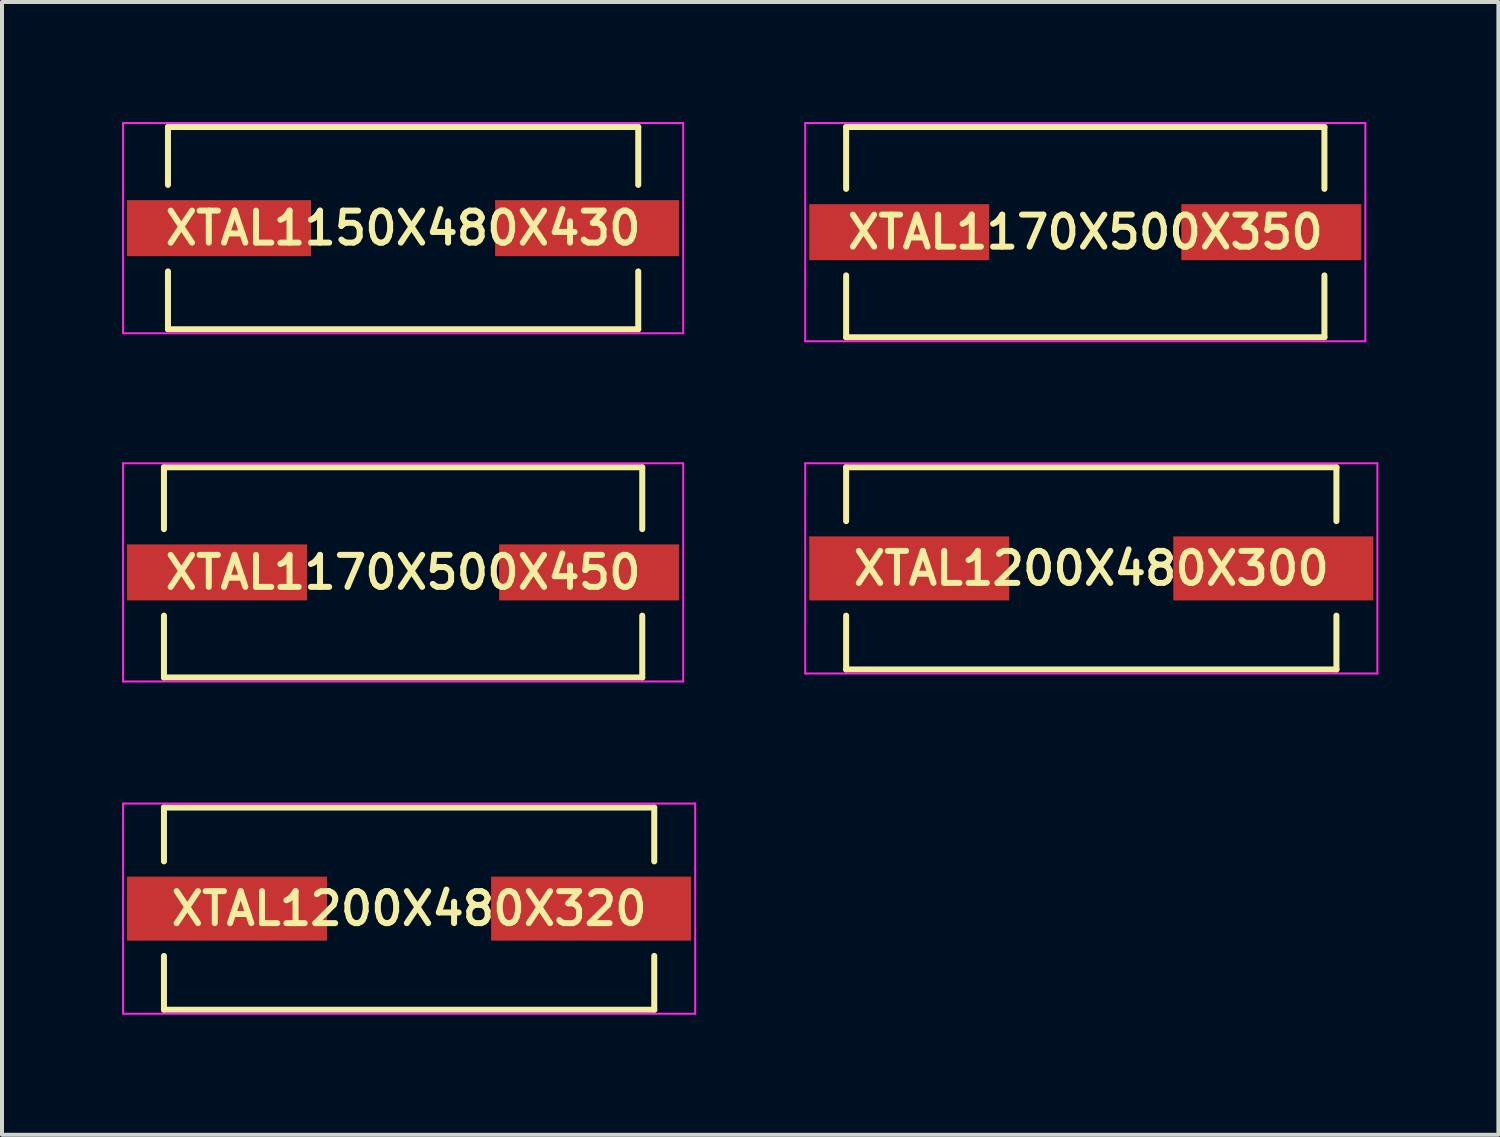
<source format=kicad_pcb>
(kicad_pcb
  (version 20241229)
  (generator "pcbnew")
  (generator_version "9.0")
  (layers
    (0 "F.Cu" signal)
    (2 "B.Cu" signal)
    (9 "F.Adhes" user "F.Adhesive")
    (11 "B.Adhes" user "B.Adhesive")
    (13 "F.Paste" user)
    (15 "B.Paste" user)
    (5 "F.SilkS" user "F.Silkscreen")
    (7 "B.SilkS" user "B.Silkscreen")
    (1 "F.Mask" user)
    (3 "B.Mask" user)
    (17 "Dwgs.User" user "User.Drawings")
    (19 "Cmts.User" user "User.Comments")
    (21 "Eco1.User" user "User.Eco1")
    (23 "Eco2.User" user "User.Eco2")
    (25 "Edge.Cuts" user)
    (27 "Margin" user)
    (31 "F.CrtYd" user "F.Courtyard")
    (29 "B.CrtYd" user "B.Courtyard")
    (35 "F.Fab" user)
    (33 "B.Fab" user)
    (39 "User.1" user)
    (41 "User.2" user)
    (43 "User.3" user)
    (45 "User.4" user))
  (footprint "XTAL1200X480X300"
    (layer "F.Cu")
    (at 24.225 11.156)
    (property "Reference" "XTAL1200X480X300" (at 0 0 0) (layer "F.SilkS") (effects (font (size 0.8 0.8) (thickness 0.15))))
    (attr smd)
    (fp_line (start -6.127 -2.527) (end 6.127 -2.527) (stroke (width 0.15) (type solid)) (layer "F.SilkS"))
    (fp_line (start -6.127 -1.181) (end -6.127 -2.527) (stroke (width 0.15) (type solid)) (layer "F.SilkS"))
    (fp_line (start -6.127 1.181) (end -6.127 2.527) (stroke (width 0.15) (type solid)) (layer "F.SilkS"))
    (fp_line (start -6.127 2.527) (end 6.127 2.527) (stroke (width 0.15) (type solid)) (layer "F.SilkS"))
    (fp_line (start 6.127 -2.527) (end 6.127 -1.181) (stroke (width 0.15) (type solid)) (layer "F.SilkS"))
    (fp_line (start 6.127 2.527) (end 6.127 1.181) (stroke (width 0.15) (type solid)) (layer "F.SilkS"))
    (fp_line (start -7.15 -2.627) (end 7.15 -2.627) (stroke (width 0.05) (type solid)) (layer "F.CrtYd"))
    (fp_line (start -7.15 2.627) (end -7.15 -2.627) (stroke (width 0.05) (type solid)) (layer "F.CrtYd"))
    (fp_line (start 7.15 -2.627) (end 7.15 2.627) (stroke (width 0.05) (type solid)) (layer "F.CrtYd"))
    (fp_line (start 7.15 2.627) (end -7.15 2.627) (stroke (width 0.05) (type solid)) (layer "F.CrtYd"))
    (pad "1" smd rect (at -4.55 0) (size 5 1.6) (layers "F.Cu" "F.Mask" "F.Paste"))
    (pad "2" smd rect (at 4.55 0) (size 5 1.6) (layers "F.Cu" "F.Mask" "F.Paste")))
  (footprint "XTAL1150X480X430"
    (layer "F.Cu")
    (at 7.025 2.652)
    (property "Reference" "XTAL1150X480X430" (at 0 0 0) (layer "F.SilkS") (effects (font (size 0.8 0.8) (thickness 0.15))))
    (attr smd)
    (fp_line (start -5.877 -2.527) (end 5.877 -2.527) (stroke (width 0.15) (type solid)) (layer "F.SilkS"))
    (fp_line (start -5.877 -1.081) (end -5.877 -2.527) (stroke (width 0.15) (type solid)) (layer "F.SilkS"))
    (fp_line (start -5.877 1.081) (end -5.877 2.527) (stroke (width 0.15) (type solid)) (layer "F.SilkS"))
    (fp_line (start -5.877 2.527) (end 5.877 2.527) (stroke (width 0.15) (type solid)) (layer "F.SilkS"))
    (fp_line (start 5.877 -2.527) (end 5.877 -1.081) (stroke (width 0.15) (type solid)) (layer "F.SilkS"))
    (fp_line (start 5.877 2.527) (end 5.877 1.081) (stroke (width 0.15) (type solid)) (layer "F.SilkS"))
    (fp_line (start -7 -2.627) (end 7 -2.627) (stroke (width 0.05) (type solid)) (layer "F.CrtYd"))
    (fp_line (start -7 2.627) (end -7 -2.627) (stroke (width 0.05) (type solid)) (layer "F.CrtYd"))
    (fp_line (start 7 -2.627) (end 7 2.627) (stroke (width 0.05) (type solid)) (layer "F.CrtYd"))
    (fp_line (start 7 2.627) (end -7 2.627) (stroke (width 0.05) (type solid)) (layer "F.CrtYd"))
    (pad "1" smd rect (at -4.6 0) (size 4.6 1.4) (layers "F.Cu" "F.Mask" "F.Paste"))
    (pad "2" smd rect (at 4.6 0) (size 4.6 1.4) (layers "F.Cu" "F.Mask" "F.Paste")))
  (footprint "XTAL1170X500X450"
    (layer "F.Cu")
    (at 7.025 11.256)
    (property "Reference" "XTAL1170X500X450" (at 0 0 0) (layer "F.SilkS") (effects (font (size 0.8 0.8) (thickness 0.15))))
    (attr smd)
    (fp_line (start -5.977 -2.627) (end 5.977 -2.627) (stroke (width 0.15) (type solid)) (layer "F.SilkS"))
    (fp_line (start -5.977 -1.081) (end -5.977 -2.627) (stroke (width 0.15) (type solid)) (layer "F.SilkS"))
    (fp_line (start -5.977 1.081) (end -5.977 2.627) (stroke (width 0.15) (type solid)) (layer "F.SilkS"))
    (fp_line (start -5.977 2.627) (end 5.977 2.627) (stroke (width 0.15) (type solid)) (layer "F.SilkS"))
    (fp_line (start 5.977 -2.627) (end 5.977 -1.081) (stroke (width 0.15) (type solid)) (layer "F.SilkS"))
    (fp_line (start 5.977 2.627) (end 5.977 1.081) (stroke (width 0.15) (type solid)) (layer "F.SilkS"))
    (fp_line (start -7 -2.727) (end 7 -2.727) (stroke (width 0.05) (type solid)) (layer "F.CrtYd"))
    (fp_line (start -7 2.727) (end -7 -2.727) (stroke (width 0.05) (type solid)) (layer "F.CrtYd"))
    (fp_line (start 7 -2.727) (end 7 2.727) (stroke (width 0.05) (type solid)) (layer "F.CrtYd"))
    (fp_line (start 7 2.727) (end -7 2.727) (stroke (width 0.05) (type solid)) (layer "F.CrtYd"))
    (pad "1" smd rect (at -4.65 0) (size 4.5 1.4) (layers "F.Cu" "F.Mask" "F.Paste"))
    (pad "2" smd rect (at 4.65 0) (size 4.5 1.4) (layers "F.Cu" "F.Mask" "F.Paste")))
  (footprint "XTAL1170X500X350"
    (layer "F.Cu")
    (at 24.075 2.752)
    (property "Reference" "XTAL1170X500X350" (at 0 0 0) (layer "F.SilkS") (effects (font (size 0.8 0.8) (thickness 0.15))))
    (attr smd)
    (fp_line (start -5.977 -2.627) (end 5.977 -2.627) (stroke (width 0.15) (type solid)) (layer "F.SilkS"))
    (fp_line (start -5.977 -1.081) (end -5.977 -2.627) (stroke (width 0.15) (type solid)) (layer "F.SilkS"))
    (fp_line (start -5.977 1.081) (end -5.977 2.627) (stroke (width 0.15) (type solid)) (layer "F.SilkS"))
    (fp_line (start -5.977 2.627) (end 5.977 2.627) (stroke (width 0.15) (type solid)) (layer "F.SilkS"))
    (fp_line (start 5.977 -2.627) (end 5.977 -1.081) (stroke (width 0.15) (type solid)) (layer "F.SilkS"))
    (fp_line (start 5.977 2.627) (end 5.977 1.081) (stroke (width 0.15) (type solid)) (layer "F.SilkS"))
    (fp_line (start -7 -2.727) (end 7 -2.727) (stroke (width 0.05) (type solid)) (layer "F.CrtYd"))
    (fp_line (start -7 2.727) (end -7 -2.727) (stroke (width 0.05) (type solid)) (layer "F.CrtYd"))
    (fp_line (start 7 -2.727) (end 7 2.727) (stroke (width 0.05) (type solid)) (layer "F.CrtYd"))
    (fp_line (start 7 2.727) (end -7 2.727) (stroke (width 0.05) (type solid)) (layer "F.CrtYd"))
    (pad "1" smd rect (at -4.65 0) (size 4.5 1.4) (layers "F.Cu" "F.Mask" "F.Paste"))
    (pad "2" smd rect (at 4.65 0) (size 4.5 1.4) (layers "F.Cu" "F.Mask" "F.Paste")))
  (footprint "XTAL1200X480X320"
    (layer "F.Cu")
    (at 7.175 19.66)
    (property "Reference" "XTAL1200X480X320" (at 0 0 0) (layer "F.SilkS") (effects (font (size 0.8 0.8) (thickness 0.15))))
    (attr smd)
    (fp_line (start -6.127 -2.527) (end 6.127 -2.527) (stroke (width 0.15) (type solid)) (layer "F.SilkS"))
    (fp_line (start -6.127 -1.181) (end -6.127 -2.527) (stroke (width 0.15) (type solid)) (layer "F.SilkS"))
    (fp_line (start -6.127 1.181) (end -6.127 2.527) (stroke (width 0.15) (type solid)) (layer "F.SilkS"))
    (fp_line (start -6.127 2.527) (end 6.127 2.527) (stroke (width 0.15) (type solid)) (layer "F.SilkS"))
    (fp_line (start 6.127 -2.527) (end 6.127 -1.181) (stroke (width 0.15) (type solid)) (layer "F.SilkS"))
    (fp_line (start 6.127 2.527) (end 6.127 1.181) (stroke (width 0.15) (type solid)) (layer "F.SilkS"))
    (fp_line (start -7.15 -2.627) (end 7.15 -2.627) (stroke (width 0.05) (type solid)) (layer "F.CrtYd"))
    (fp_line (start -7.15 2.627) (end -7.15 -2.627) (stroke (width 0.05) (type solid)) (layer "F.CrtYd"))
    (fp_line (start 7.15 -2.627) (end 7.15 2.627) (stroke (width 0.05) (type solid)) (layer "F.CrtYd"))
    (fp_line (start 7.15 2.627) (end -7.15 2.627) (stroke (width 0.05) (type solid)) (layer "F.CrtYd"))
    (pad "1" smd rect (at -4.55 0) (size 5 1.6) (layers "F.Cu" "F.Mask" "F.Paste"))
    (pad "2" smd rect (at 4.55 0) (size 5 1.6) (layers "F.Cu" "F.Mask" "F.Paste")))
  (gr_rect
    (start -3 -3)
    (end 34.4 25.312)
    (stroke (width 0.1) (type default))
    (fill no)
    (layer "Edge.Cuts")))
</source>
